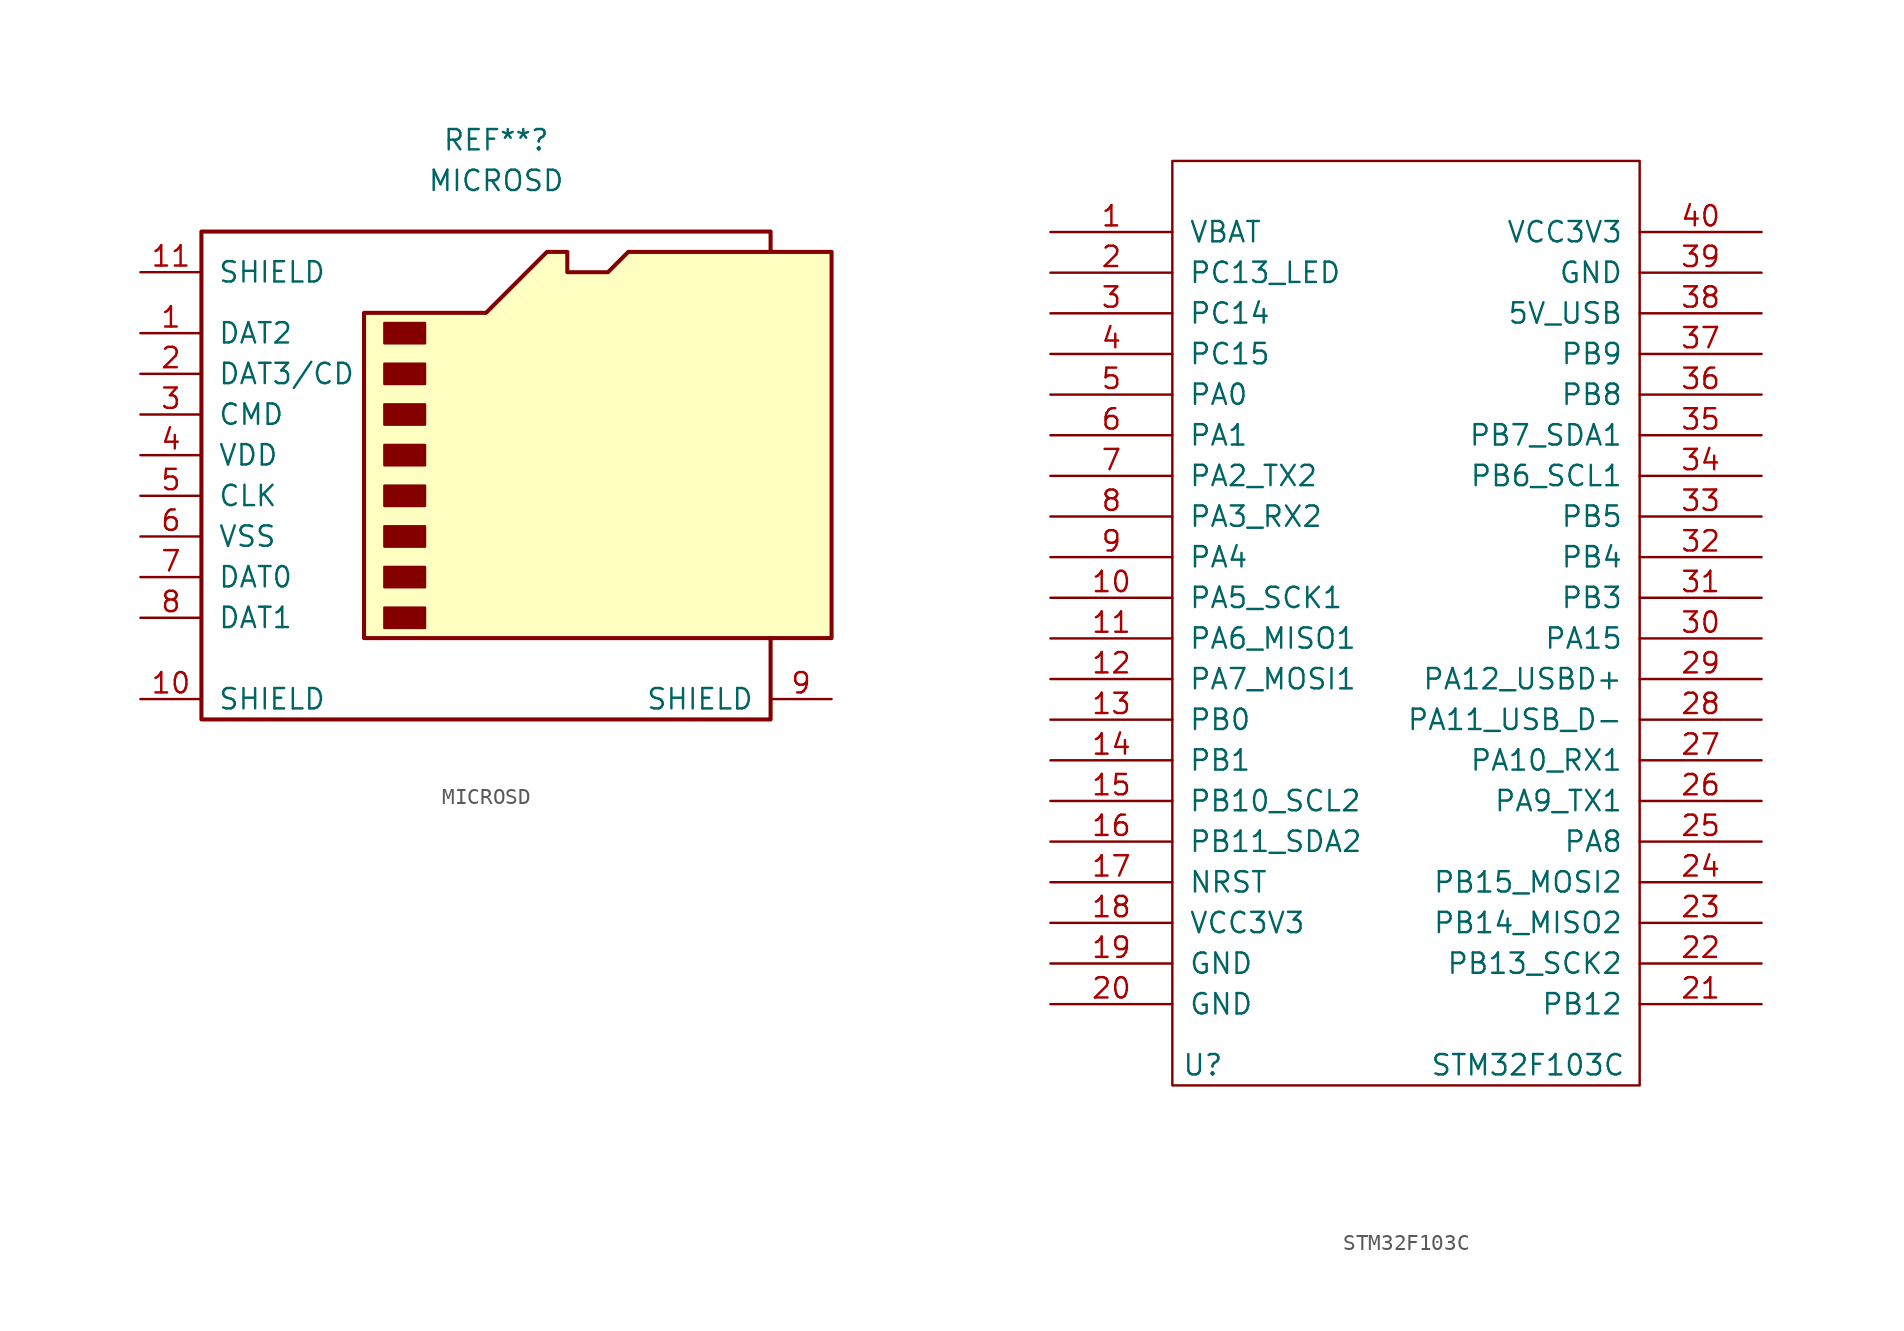
<source format=kicad_sym>
(kicad_symbol_lib
  (version 20211014)
  (generator kicad_symbol_editor)
  (symbol "MICROSD"
    (pin_names
      (offset 1.016))
    (property "Reference" "REF**"
      (at -0.635 19.685 0)
      (effects (font (size 1.27 1.27))))
    (property "Value" "MICROSD"
      (at -0.635 17.145 0)
      (effects (font (size 1.27 1.27))))
    (symbol "MICROSD_0_1"
      (rectangle (start -7.62 -9.525) (end -5.08 -10.795) (stroke (width 0) (type default) (color 0 0 0 0)) (fill (type outline)))
      (rectangle (start -7.62 -6.985) (end -5.08 -8.255) (stroke (width 0) (type default) (color 0 0 0 0)) (fill (type outline)))
      (rectangle (start -7.62 -4.445) (end -5.08 -5.715) (stroke (width 0) (type default) (color 0 0 0 0)) (fill (type outline)))
      (rectangle (start -7.62 -1.905) (end -5.08 -3.175) (stroke (width 0) (type default) (color 0 0 0 0)) (fill (type outline)))
      (rectangle (start -7.62 0.635) (end -5.08 -0.635) (stroke (width 0) (type default) (color 0 0 0 0)) (fill (type outline)))
      (rectangle (start -7.62 3.175) (end -5.08 1.905) (stroke (width 0) (type default) (color 0 0 0 0)) (fill (type outline)))
      (rectangle (start -7.62 5.715) (end -5.08 4.445) (stroke (width 0) (type default) (color 0 0 0 0)) (fill (type outline)))
      (rectangle (start -7.62 8.255) (end -5.08 6.985) (stroke (width 0) (type default) (color 0 0 0 0)) (fill (type outline)))
      (polyline (pts (xy 16.51 12.7) (xy 16.51 13.97) (xy -19.05 13.97) (xy -19.05 -16.51) (xy 16.51 -16.51) (xy 16.51 -11.43)) (stroke (width 0.254) (type default) (color 0 0 0 0)) (fill (type none)))
      (polyline (pts (xy -8.89 -11.43) (xy -8.89 8.89) (xy -1.27 8.89) (xy 2.54 12.7) (xy 3.81 12.7) (xy 3.81 11.43) (xy 6.35 11.43) (xy 7.62 12.7) (xy 20.32 12.7) (xy 20.32 -11.43) (xy -8.89 -11.43)) (stroke (width 0.254) (type default) (color 0 0 0 0)) (fill (type background))))
    (symbol "MICROSD_1_1"
      (pin bidirectional line (at -22.86 7.62 0) (length 3.81) (name "DAT2" (effects (font (size 1.27 1.27)))) (number "1" (effects (font (size 1.27 1.27)))))
      (pin passive line (at -22.86 -15.24 0) (length 3.81) (name "SHIELD" (effects (font (size 1.27 1.27)))) (number "10" (effects (font (size 1.27 1.27)))))
      (pin passive line (at -22.86 11.43 0) (length 3.81) (name "SHIELD" (effects (font (size 1.27 1.27)))) (number "11" (effects (font (size 1.27 1.27)))))
      (pin bidirectional line (at -22.86 5.08 0) (length 3.81) (name "DAT3/CD" (effects (font (size 1.27 1.27)))) (number "2" (effects (font (size 1.27 1.27)))))
      (pin input line (at -22.86 2.54 0) (length 3.81) (name "CMD" (effects (font (size 1.27 1.27)))) (number "3" (effects (font (size 1.27 1.27)))))
      (pin power_in line (at -22.86 0 0) (length 3.81) (name "VDD" (effects (font (size 1.27 1.27)))) (number "4" (effects (font (size 1.27 1.27)))))
      (pin input line (at -22.86 -2.54 0) (length 3.81) (name "CLK" (effects (font (size 1.27 1.27)))) (number "5" (effects (font (size 1.27 1.27)))))
      (pin power_in line (at -22.86 -5.08 0) (length 3.81) (name "VSS" (effects (font (size 1.27 1.27)))) (number "6" (effects (font (size 1.27 1.27)))))
      (pin bidirectional line (at -22.86 -7.62 0) (length 3.81) (name "DAT0" (effects (font (size 1.27 1.27)))) (number "7" (effects (font (size 1.27 1.27)))))
      (pin bidirectional line (at -22.86 -10.16 0) (length 3.81) (name "DAT1" (effects (font (size 1.27 1.27)))) (number "8" (effects (font (size 1.27 1.27)))))
      (pin passive line (at 20.32 -15.24 180) (length 3.81) (name "SHIELD" (effects (font (size 1.27 1.27)))) (number "9" (effects (font (size 1.27 1.27)))))))
  (symbol "STM32F103C"
    (pin_names
      (offset 1.016))
    (property "Reference" "U"
      (at -12.065 -34.29 0)
      (effects (font (size 1.27 1.27))))
    (property "Value" "STM32F103C"
      (at 8.255 -34.29 0)
      (effects (font (size 1.27 1.27))))
    (property "Datasheet" ""
      (at 0 -38.1 0)
      (effects (font (size 1.27 1.27))))
    (symbol "STM32F103C_1_0"
      (rectangle (start -13.97 22.225) (end 15.24 -35.56) (stroke (width 0) (type default) (color 0 0 0 0)) (fill (type none))))
    (symbol "STM32F103C_1_1"
      (pin passive line (at -21.59 17.78 0) (length 7.62) (name "VBAT" (effects (font (size 1.27 1.27)))) (number "1" (effects (font (size 1.27 1.27)))))
      (pin bidirectional line (at -21.59 -5.08 0) (length 7.62) (name "PA5_SCK1" (effects (font (size 1.27 1.27)))) (number "10" (effects (font (size 1.27 1.27)))))
      (pin bidirectional line (at -21.59 -7.62 0) (length 7.62) (name "PA6_MISO1" (effects (font (size 1.27 1.27)))) (number "11" (effects (font (size 1.27 1.27)))))
      (pin bidirectional line (at -21.59 -10.16 0) (length 7.62) (name "PA7_MOSI1" (effects (font (size 1.27 1.27)))) (number "12" (effects (font (size 1.27 1.27)))))
      (pin bidirectional line (at -21.59 -12.7 0) (length 7.62) (name "PB0" (effects (font (size 1.27 1.27)))) (number "13" (effects (font (size 1.27 1.27)))))
      (pin bidirectional line (at -21.59 -15.24 0) (length 7.62) (name "PB1" (effects (font (size 1.27 1.27)))) (number "14" (effects (font (size 1.27 1.27)))))
      (pin bidirectional line (at -21.59 -17.78 0) (length 7.62) (name "PB10_SCL2" (effects (font (size 1.27 1.27)))) (number "15" (effects (font (size 1.27 1.27)))))
      (pin bidirectional line (at -21.59 -20.32 0) (length 7.62) (name "PB11_SDA2" (effects (font (size 1.27 1.27)))) (number "16" (effects (font (size 1.27 1.27)))))
      (pin input line (at -21.59 -22.86 0) (length 7.62) (name "NRST" (effects (font (size 1.27 1.27)))) (number "17" (effects (font (size 1.27 1.27)))))
      (pin passive line (at -21.59 -25.4 0) (length 7.62) (name "VCC3V3" (effects (font (size 1.27 1.27)))) (number "18" (effects (font (size 1.27 1.27)))))
      (pin passive line (at -21.59 -27.94 0) (length 7.62) (name "GND" (effects (font (size 1.27 1.27)))) (number "19" (effects (font (size 1.27 1.27)))))
      (pin bidirectional line (at -21.59 15.24 0) (length 7.62) (name "PC13_LED" (effects (font (size 1.27 1.27)))) (number "2" (effects (font (size 1.27 1.27)))))
      (pin passive line (at -21.59 -30.48 0) (length 7.62) (name "GND" (effects (font (size 1.27 1.27)))) (number "20" (effects (font (size 1.27 1.27)))))
      (pin bidirectional line (at 22.86 -30.48 180) (length 7.62) (name "PB12" (effects (font (size 1.27 1.27)))) (number "21" (effects (font (size 1.27 1.27)))))
      (pin bidirectional line (at 22.86 -27.94 180) (length 7.62) (name "PB13_SCK2" (effects (font (size 1.27 1.27)))) (number "22" (effects (font (size 1.27 1.27)))))
      (pin bidirectional line (at 22.86 -25.4 180) (length 7.62) (name "PB14_MISO2" (effects (font (size 1.27 1.27)))) (number "23" (effects (font (size 1.27 1.27)))))
      (pin bidirectional line (at 22.86 -22.86 180) (length 7.62) (name "PB15_MOSI2" (effects (font (size 1.27 1.27)))) (number "24" (effects (font (size 1.27 1.27)))))
      (pin bidirectional line (at 22.86 -20.32 180) (length 7.62) (name "PA8" (effects (font (size 1.27 1.27)))) (number "25" (effects (font (size 1.27 1.27)))))
      (pin bidirectional line (at 22.86 -17.78 180) (length 7.62) (name "PA9_TX1" (effects (font (size 1.27 1.27)))) (number "26" (effects (font (size 1.27 1.27)))))
      (pin bidirectional line (at 22.86 -15.24 180) (length 7.62) (name "PA10_RX1" (effects (font (size 1.27 1.27)))) (number "27" (effects (font (size 1.27 1.27)))))
      (pin bidirectional line (at 22.86 -12.7 180) (length 7.62) (name "PA11_USB_D-" (effects (font (size 1.27 1.27)))) (number "28" (effects (font (size 1.27 1.27)))))
      (pin bidirectional line (at 22.86 -10.16 180) (length 7.62) (name "PA12_USBD+" (effects (font (size 1.27 1.27)))) (number "29" (effects (font (size 1.27 1.27)))))
      (pin bidirectional line (at -21.59 12.7 0) (length 7.62) (name "PC14" (effects (font (size 1.27 1.27)))) (number "3" (effects (font (size 1.27 1.27)))))
      (pin bidirectional line (at 22.86 -7.62 180) (length 7.62) (name "PA15" (effects (font (size 1.27 1.27)))) (number "30" (effects (font (size 1.27 1.27)))))
      (pin bidirectional line (at 22.86 -5.08 180) (length 7.62) (name "PB3" (effects (font (size 1.27 1.27)))) (number "31" (effects (font (size 1.27 1.27)))))
      (pin bidirectional line (at 22.86 -2.54 180) (length 7.62) (name "PB4" (effects (font (size 1.27 1.27)))) (number "32" (effects (font (size 1.27 1.27)))))
      (pin bidirectional line (at 22.86 0 180) (length 7.62) (name "PB5" (effects (font (size 1.27 1.27)))) (number "33" (effects (font (size 1.27 1.27)))))
      (pin bidirectional line (at 22.86 2.54 180) (length 7.62) (name "PB6_SCL1" (effects (font (size 1.27 1.27)))) (number "34" (effects (font (size 1.27 1.27)))))
      (pin bidirectional line (at 22.86 5.08 180) (length 7.62) (name "PB7_SDA1" (effects (font (size 1.27 1.27)))) (number "35" (effects (font (size 1.27 1.27)))))
      (pin bidirectional line (at 22.86 7.62 180) (length 7.62) (name "PB8" (effects (font (size 1.27 1.27)))) (number "36" (effects (font (size 1.27 1.27)))))
      (pin bidirectional line (at 22.86 10.16 180) (length 7.62) (name "PB9" (effects (font (size 1.27 1.27)))) (number "37" (effects (font (size 1.27 1.27)))))
      (pin passive line (at 22.86 12.7 180) (length 7.62) (name "5V_USB" (effects (font (size 1.27 1.27)))) (number "38" (effects (font (size 1.27 1.27)))))
      (pin passive line (at 22.86 15.24 180) (length 7.62) (name "GND" (effects (font (size 1.27 1.27)))) (number "39" (effects (font (size 1.27 1.27)))))
      (pin bidirectional line (at -21.59 10.16 0) (length 7.62) (name "PC15" (effects (font (size 1.27 1.27)))) (number "4" (effects (font (size 1.27 1.27)))))
      (pin passive line (at 22.86 17.78 180) (length 7.62) (name "VCC3V3" (effects (font (size 1.27 1.27)))) (number "40" (effects (font (size 1.27 1.27)))))
      (pin bidirectional line (at -21.59 7.62 0) (length 7.62) (name "PA0" (effects (font (size 1.27 1.27)))) (number "5" (effects (font (size 1.27 1.27)))))
      (pin bidirectional line (at -21.59 5.08 0) (length 7.62) (name "PA1" (effects (font (size 1.27 1.27)))) (number "6" (effects (font (size 1.27 1.27)))))
      (pin bidirectional line (at -21.59 2.54 0) (length 7.62) (name "PA2_TX2" (effects (font (size 1.27 1.27)))) (number "7" (effects (font (size 1.27 1.27)))))
      (pin bidirectional line (at -21.59 0 0) (length 7.62) (name "PA3_RX2" (effects (font (size 1.27 1.27)))) (number "8" (effects (font (size 1.27 1.27)))))
      (pin bidirectional line (at -21.59 -2.54 0) (length 7.62) (name "PA4" (effects (font (size 1.27 1.27)))) (number "9" (effects (font (size 1.27 1.27))))))))
</source>
